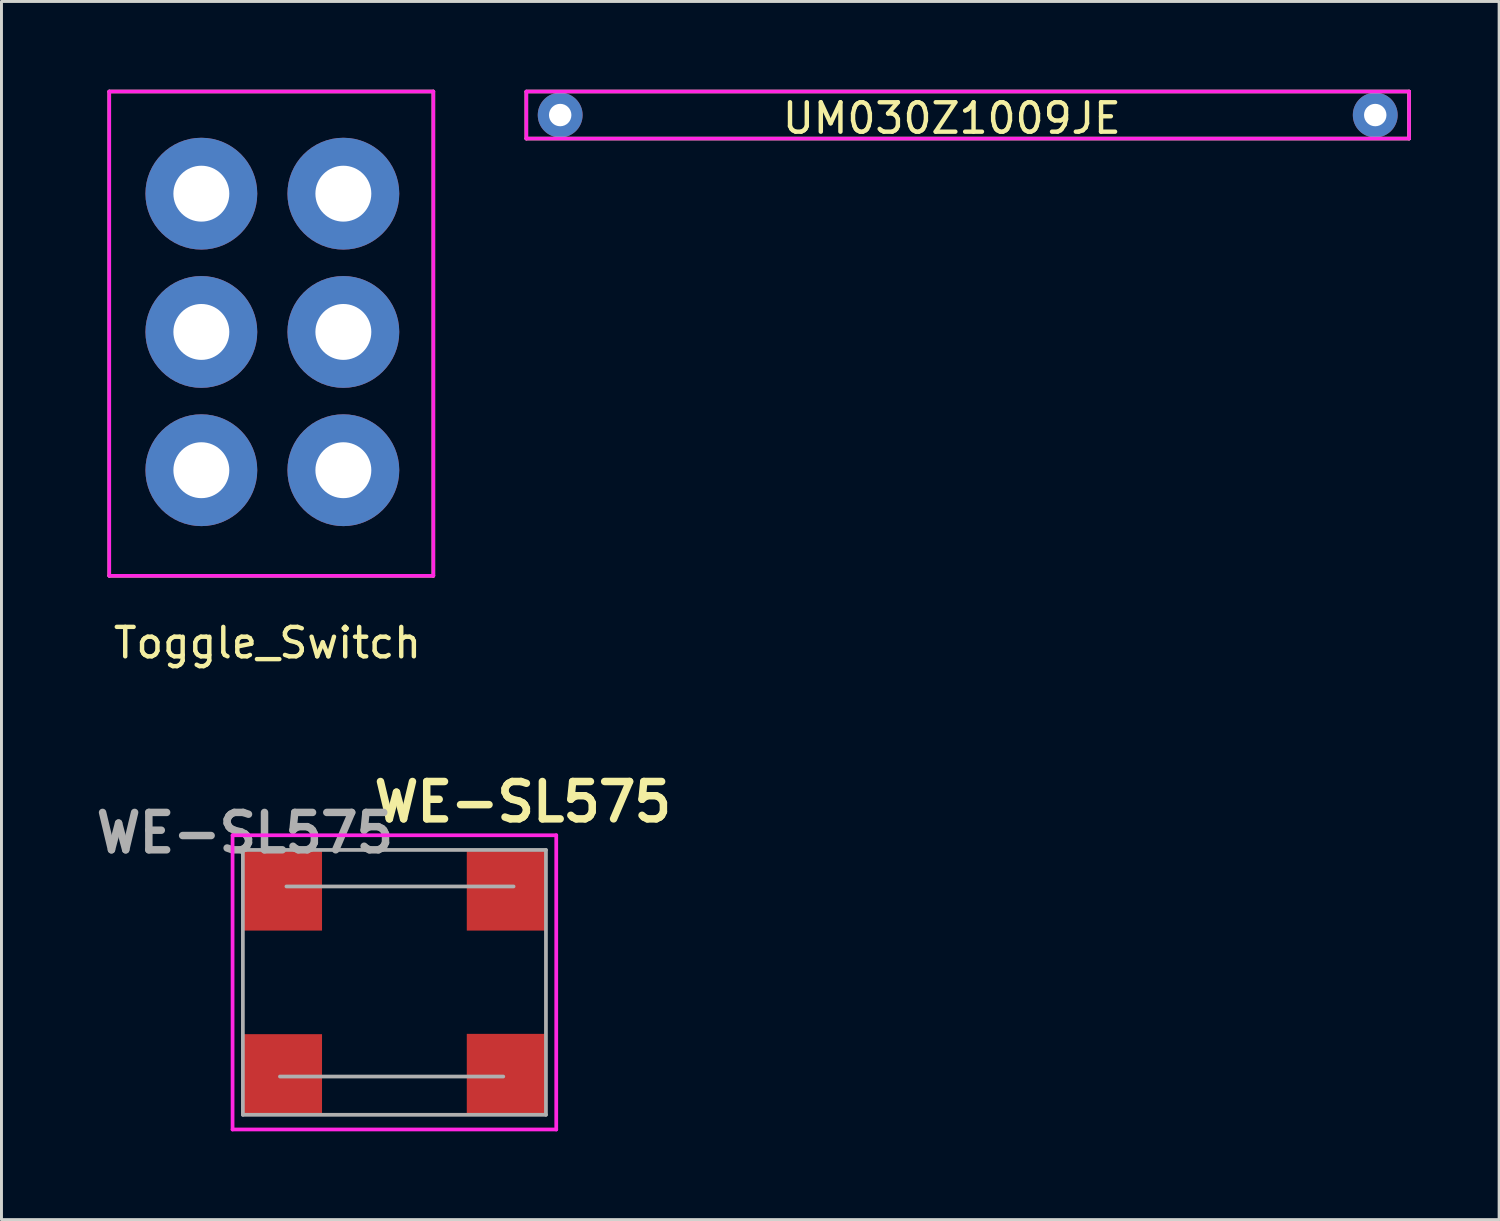
<source format=kicad_pcb>
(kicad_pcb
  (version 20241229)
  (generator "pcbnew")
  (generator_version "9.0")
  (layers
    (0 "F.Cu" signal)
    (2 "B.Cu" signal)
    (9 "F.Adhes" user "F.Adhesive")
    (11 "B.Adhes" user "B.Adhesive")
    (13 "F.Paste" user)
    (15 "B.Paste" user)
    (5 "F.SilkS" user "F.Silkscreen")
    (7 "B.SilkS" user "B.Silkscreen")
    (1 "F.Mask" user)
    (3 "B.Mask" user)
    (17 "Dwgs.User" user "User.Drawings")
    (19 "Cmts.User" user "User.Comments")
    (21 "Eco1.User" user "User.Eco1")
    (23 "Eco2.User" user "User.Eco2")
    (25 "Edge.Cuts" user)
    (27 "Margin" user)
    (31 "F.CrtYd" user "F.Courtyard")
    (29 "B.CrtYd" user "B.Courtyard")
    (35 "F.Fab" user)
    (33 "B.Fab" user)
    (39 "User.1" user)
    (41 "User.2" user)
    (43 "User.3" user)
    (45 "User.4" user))
  (footprint "Toggle_Switch"
    (layer "F.Cu")
    (at 0.25 19.766)
    (property "Reference" "Toggle_Switch" (at 5.789 -0.966 0) (layer "F.SilkS") (effects (font (size 1 1) (thickness 0.15))))
    (attr through_hole)
    (fp_line (start 0.414 -19.706) (end 11.428 -19.706) (stroke (width 0.12) (type solid)) (layer "F.SilkS"))
    (fp_line (start 0.414 -3.248) (end 0.414 -19.706) (stroke (width 0.12) (type solid)) (layer "F.SilkS"))
    (fp_line (start 11.428 -19.706) (end 11.428 -3.248) (stroke (width 0.12) (type solid)) (layer "F.SilkS"))
    (fp_line (start 11.428 -3.248) (end 0.414 -3.248) (stroke (width 0.12) (type solid)) (layer "F.SilkS"))
    (fp_line (start 0.414 -19.706) (end 11.428 -19.706) (stroke (width 0.12) (type solid)) (layer "F.CrtYd"))
    (fp_line (start 0.414 -3.248) (end 0.414 -19.706) (stroke (width 0.12) (type solid)) (layer "F.CrtYd"))
    (fp_line (start 11.428 -19.706) (end 11.428 -3.248) (stroke (width 0.12) (type solid)) (layer "F.CrtYd"))
    (fp_line (start 11.428 -3.248) (end 0.414 -3.248) (stroke (width 0.12) (type solid)) (layer "F.CrtYd"))
    (pad "1" thru_hole circle (at 3.543 -16.234) (size 3.8 3.8) (drill 1.9) (layers "*.Cu" "*.Mask"))
    (pad "2" thru_hole circle (at 8.369 -16.234) (size 3.8 3.8) (drill 1.9) (layers "*.Cu" "*.Mask"))
    (pad "3" thru_hole circle (at 3.543 -11.535) (size 3.8 3.8) (drill 1.9) (layers "*.Cu" "*.Mask"))
    (pad "4" thru_hole circle (at 8.369 -11.535) (size 3.8 3.8) (drill 1.9) (layers "*.Cu" "*.Mask"))
    (pad "5" thru_hole circle (at 3.543 -6.836) (size 3.8 3.8) (drill 1.9) (layers "*.Cu" "*.Mask"))
    (pad "6" thru_hole circle (at 8.369 -6.836) (size 3.8 3.8) (drill 1.9) (layers "*.Cu" "*.Mask")))
  (footprint "WE-SL575"
    (layer "F.Cu")
    (at 10.354 30.336)
    (property "Reference" "WE-SL575" (at 4.364 -6.131 0) (layer "F.SilkS") (effects (font (size 1.27 1.27) (thickness 0.254))))
    (attr smd)
    (fp_line (start -5.5 -5) (end 5.5 -5) (stroke (width 0.127) (type solid)) (layer "F.CrtYd"))
    (fp_line (start -5.5 5) (end -5.5 -5) (stroke (width 0.127) (type solid)) (layer "F.CrtYd"))
    (fp_line (start 5.5 -5) (end 5.5 5) (stroke (width 0.127) (type solid)) (layer "F.CrtYd"))
    (fp_line (start 5.5 5) (end -5.5 5) (stroke (width 0.127) (type solid)) (layer "F.CrtYd"))
    (fp_line (start -5.15 -4.5) (end 5.15 -4.5) (stroke (width 0.127) (type solid)) (layer "F.Fab"))
    (fp_line (start -5.15 4.5) (end -5.15 -4.5) (stroke (width 0.127) (type solid)) (layer "F.Fab"))
    (fp_line (start -3.89 3.2) (end 3.7 3.2) (stroke (width 0.127) (type solid)) (layer "F.Fab"))
    (fp_line (start -3.67 -3.26) (end 4.05 -3.26) (stroke (width 0.127) (type solid)) (layer "F.Fab"))
    (fp_line (start 5.15 -4.5) (end 5.15 4.5) (stroke (width 0.127) (type solid)) (layer "F.Fab"))
    (fp_line (start 5.15 4.5) (end -5.15 4.5) (stroke (width 0.127) (type solid)) (layer "F.Fab"))
    (fp_text user "${REFERENCE}" (at -5.08 -5.08 0) (layer "F.Fab") (effects (font (size 1.27 1.27) (thickness 0.254))))
    (pad "1" smd rect (at -3.81 3.11 90) (size 2.7 2.7) (layers "F.Cu" "F.Mask" "F.Paste"))
    (pad "2" smd rect (at 3.81 3.1 90) (size 2.7 2.7) (layers "F.Cu" "F.Mask" "F.Paste"))
    (pad "3" smd rect (at 3.81 -3.11 90) (size 2.7 2.7) (layers "F.Cu" "F.Mask" "F.Paste"))
    (pad "4" smd rect (at -3.81 -3.11 90) (size 2.7 2.7) (layers "F.Cu" "F.Mask" "F.Paste")))
  (footprint "UM030Z1009JE"
    (layer "F.Cu")
    (at 14.988 3.86)
    (property "Reference" "UM030Z1009JE" (at 14.31 -2.89 0) (layer "F.SilkS") (effects (font (size 1 1) (thickness 0.15))))
    (attr through_hole)
    (fp_line (start -0.15 -3.8) (end 29.85 -3.8) (stroke (width 0.12) (type solid)) (layer "F.SilkS"))
    (fp_line (start -0.15 -2.2) (end -0.15 -3.79) (stroke (width 0.12) (type solid)) (layer "F.SilkS"))
    (fp_line (start 29.85 -3.8) (end 29.85 -2.2) (stroke (width 0.12) (type solid)) (layer "F.SilkS"))
    (fp_line (start 29.85 -2.2) (end -0.15 -2.2) (stroke (width 0.12) (type solid)) (layer "F.SilkS"))
    (fp_line (start -0.15 -3.8) (end -0.15 -2.2) (stroke (width 0.12) (type solid)) (layer "F.CrtYd"))
    (fp_line (start -0.15 -3.8) (end 29.85 -3.8) (stroke (width 0.12) (type solid)) (layer "F.CrtYd"))
    (fp_line (start -0.15 -2.2) (end 29.85 -2.2) (stroke (width 0.12) (type solid)) (layer "F.CrtYd"))
    (fp_line (start 29.85 -2.2) (end 29.85 -3.8) (stroke (width 0.12) (type solid)) (layer "F.CrtYd"))
    (pad "1" thru_hole circle (at 1 -3) (size 1.524 1.524) (drill 0.762) (layers "*.Cu" "*.Mask"))
    (pad "2" thru_hole circle (at 28.7 -3) (size 1.524 1.524) (drill 0.762) (layers "*.Cu" "*.Mask")))
  (gr_rect
    (start -3 -3)
    (end 47.898 38.399)
    (stroke (width 0.1) (type default))
    (fill no)
    (layer "Edge.Cuts")))
</source>
